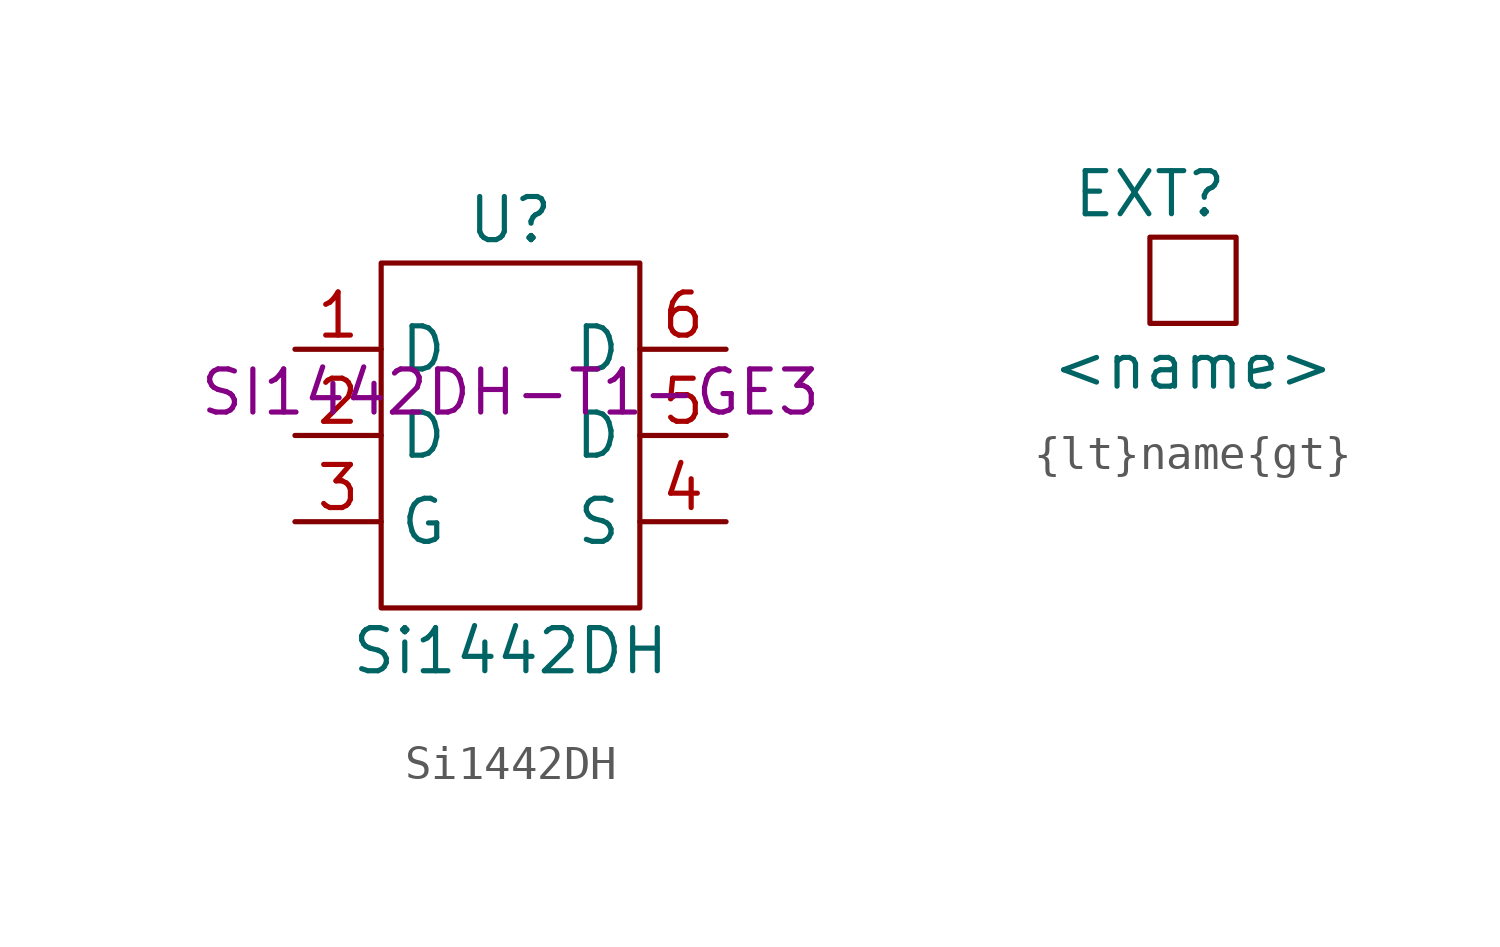
<source format=kicad_sym>
(kicad_symbol_lib
  (version 20211014)
  (generator kicad_symbol_editor)
  (symbol "Si1442DH"
    (property "Reference" "U"
      (at 0 5.08 0)
      (effects (font (size 1.27 1.27))))
    (property "Value" "Si1442DH"
      (at 0 -7.62 0)
      (effects (font (size 1.27 1.27))))
    (property "MPN" "SI1442DH-T1-GE3"
      (at 0 0 0)
      (effects (font (size 1.27 1.27))))
    (symbol "Si1442DH_0_1"
      (rectangle (start -3.81 3.81) (end 3.81 -6.35) (stroke (width 0) (type default) (color 0 0 0 0)) (fill (type none))))
    (symbol "Si1442DH_1_1"
      (pin input line (at -6.35 1.27 0) (length 2.54) (name "D" (effects (font (size 1.27 1.27)))) (number "1" (effects (font (size 1.27 1.27)))))
      (pin input line (at -6.35 -1.27 0) (length 2.54) (name "D" (effects (font (size 1.27 1.27)))) (number "2" (effects (font (size 1.27 1.27)))))
      (pin input line (at -6.35 -3.81 0) (length 2.54) (name "G" (effects (font (size 1.27 1.27)))) (number "3" (effects (font (size 1.27 1.27)))))
      (pin input line (at 6.35 -3.81 180) (length 2.54) (name "S" (effects (font (size 1.27 1.27)))) (number "4" (effects (font (size 1.27 1.27)))))
      (pin input line (at 6.35 -1.27 180) (length 2.54) (name "D" (effects (font (size 1.27 1.27)))) (number "5" (effects (font (size 1.27 1.27)))))
      (pin input line (at 6.35 1.27 180) (length 2.54) (name "D" (effects (font (size 1.27 1.27)))) (number "6" (effects (font (size 1.27 1.27)))))))
  (symbol "{lt}name{gt}"
    (property "Reference" "EXT"
      (at -1.27 2.54 0)
      (effects (font (size 1.27 1.27))))
    (property "Value" "{lt}name{gt}"
      (at 0 -2.54 0)
      (effects (font (size 1.27 1.27))))
    (symbol "{lt}name{gt}_0_1"
      (rectangle (start -1.27 1.27) (end 1.27 -1.27) (stroke (width 0) (type default) (color 0 0 0 0)) (fill (type none))))))
</source>
